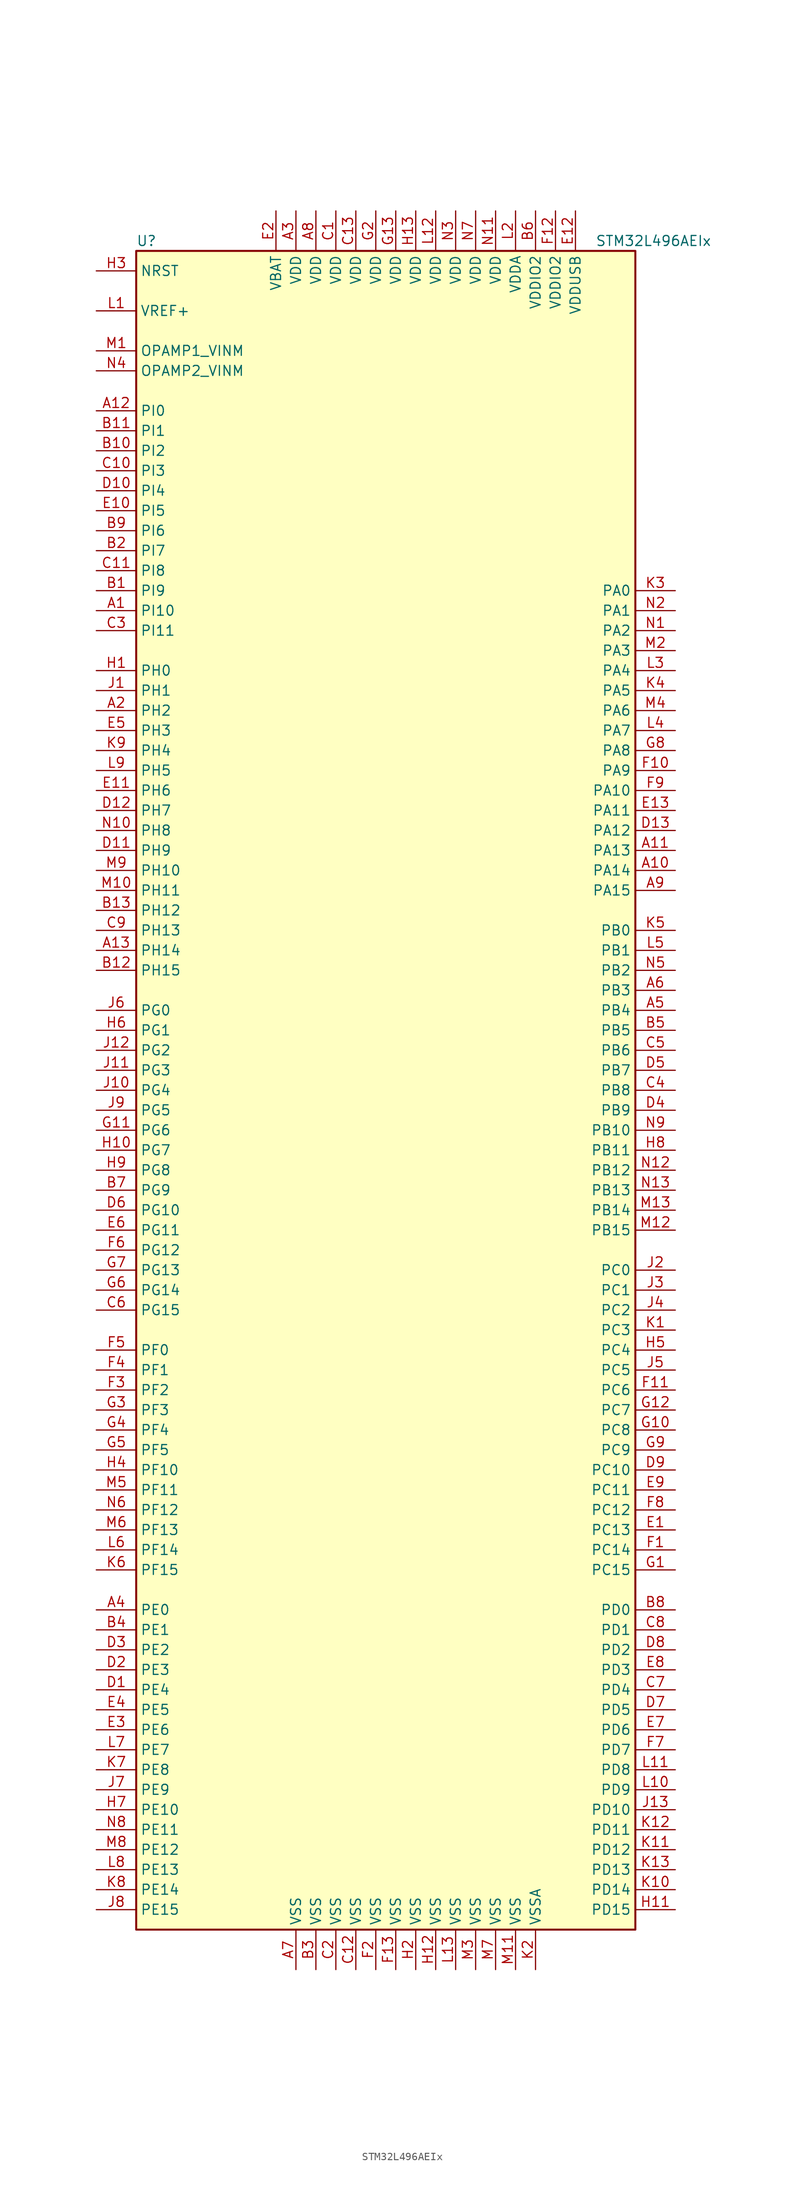
<source format=kicad_sym>
(kicad_symbol_lib
  (version 20220914)
  (generator kicad_symbol_editor)
  (symbol "STM32L496AEIx"
    (property "Reference" "U"
      (at -33.02 107.95 0)
      (effects (font (size 1.27 1.27)) (justify left)))
    (property "Value" "STM32L496AEIx"
      (at 25.4 107.95 0)
      (effects (font (size 1.27 1.27)) (justify left)))
    (symbol "STM32L496AEIx_0_1"
      (rectangle (start -33.02 -106.68) (end 30.48 106.68) (stroke (width 0.254) (type default)) (fill (type background))))
    (symbol "STM32L496AEIx_1_1"
      (pin bidirectional line (at -38.1 60.96 0) (length 5.08) (name "PI10" (effects (font (size 1.27 1.27)))) (number "A1" (effects (font (size 1.27 1.27)))))
      (pin bidirectional line (at 35.56 27.94 180) (length 5.08) (name "PA14" (effects (font (size 1.27 1.27)))) (number "A10" (effects (font (size 1.27 1.27)))))
      (pin bidirectional line (at 35.56 30.48 180) (length 5.08) (name "PA13" (effects (font (size 1.27 1.27)))) (number "A11" (effects (font (size 1.27 1.27)))))
      (pin bidirectional line (at -38.1 86.36 0) (length 5.08) (name "PI0" (effects (font (size 1.27 1.27)))) (number "A12" (effects (font (size 1.27 1.27)))))
      (pin bidirectional line (at -38.1 17.78 0) (length 5.08) (name "PH14" (effects (font (size 1.27 1.27)))) (number "A13" (effects (font (size 1.27 1.27)))))
      (pin bidirectional line (at -38.1 48.26 0) (length 5.08) (name "PH2" (effects (font (size 1.27 1.27)))) (number "A2" (effects (font (size 1.27 1.27)))))
      (pin power_in line (at -12.7 111.76 270) (length 5.08) (name "VDD" (effects (font (size 1.27 1.27)))) (number "A3" (effects (font (size 1.27 1.27)))))
      (pin bidirectional line (at -38.1 -66.04 0) (length 5.08) (name "PE0" (effects (font (size 1.27 1.27)))) (number "A4" (effects (font (size 1.27 1.27)))))
      (pin bidirectional line (at 35.56 10.16 180) (length 5.08) (name "PB4" (effects (font (size 1.27 1.27)))) (number "A5" (effects (font (size 1.27 1.27)))))
      (pin bidirectional line (at 35.56 12.7 180) (length 5.08) (name "PB3" (effects (font (size 1.27 1.27)))) (number "A6" (effects (font (size 1.27 1.27)))))
      (pin power_in line (at -12.7 -111.76 90) (length 5.08) (name "VSS" (effects (font (size 1.27 1.27)))) (number "A7" (effects (font (size 1.27 1.27)))))
      (pin power_in line (at -10.16 111.76 270) (length 5.08) (name "VDD" (effects (font (size 1.27 1.27)))) (number "A8" (effects (font (size 1.27 1.27)))))
      (pin bidirectional line (at 35.56 25.4 180) (length 5.08) (name "PA15" (effects (font (size 1.27 1.27)))) (number "A9" (effects (font (size 1.27 1.27)))))
      (pin bidirectional line (at -38.1 63.5 0) (length 5.08) (name "PI9" (effects (font (size 1.27 1.27)))) (number "B1" (effects (font (size 1.27 1.27)))))
      (pin bidirectional line (at -38.1 81.28 0) (length 5.08) (name "PI2" (effects (font (size 1.27 1.27)))) (number "B10" (effects (font (size 1.27 1.27)))))
      (pin bidirectional line (at -38.1 83.82 0) (length 5.08) (name "PI1" (effects (font (size 1.27 1.27)))) (number "B11" (effects (font (size 1.27 1.27)))))
      (pin bidirectional line (at -38.1 15.24 0) (length 5.08) (name "PH15" (effects (font (size 1.27 1.27)))) (number "B12" (effects (font (size 1.27 1.27)))))
      (pin bidirectional line (at -38.1 22.86 0) (length 5.08) (name "PH12" (effects (font (size 1.27 1.27)))) (number "B13" (effects (font (size 1.27 1.27)))))
      (pin bidirectional line (at -38.1 68.58 0) (length 5.08) (name "PI7" (effects (font (size 1.27 1.27)))) (number "B2" (effects (font (size 1.27 1.27)))))
      (pin power_in line (at -10.16 -111.76 90) (length 5.08) (name "VSS" (effects (font (size 1.27 1.27)))) (number "B3" (effects (font (size 1.27 1.27)))))
      (pin bidirectional line (at -38.1 -68.58 0) (length 5.08) (name "PE1" (effects (font (size 1.27 1.27)))) (number "B4" (effects (font (size 1.27 1.27)))))
      (pin bidirectional line (at 35.56 7.62 180) (length 5.08) (name "PB5" (effects (font (size 1.27 1.27)))) (number "B5" (effects (font (size 1.27 1.27)))))
      (pin power_in line (at 17.78 111.76 270) (length 5.08) (name "VDDIO2" (effects (font (size 1.27 1.27)))) (number "B6" (effects (font (size 1.27 1.27)))))
      (pin bidirectional line (at -38.1 -12.7 0) (length 5.08) (name "PG9" (effects (font (size 1.27 1.27)))) (number "B7" (effects (font (size 1.27 1.27)))))
      (pin bidirectional line (at 35.56 -66.04 180) (length 5.08) (name "PD0" (effects (font (size 1.27 1.27)))) (number "B8" (effects (font (size 1.27 1.27)))))
      (pin bidirectional line (at -38.1 71.12 0) (length 5.08) (name "PI6" (effects (font (size 1.27 1.27)))) (number "B9" (effects (font (size 1.27 1.27)))))
      (pin power_in line (at -7.62 111.76 270) (length 5.08) (name "VDD" (effects (font (size 1.27 1.27)))) (number "C1" (effects (font (size 1.27 1.27)))))
      (pin bidirectional line (at -38.1 78.74 0) (length 5.08) (name "PI3" (effects (font (size 1.27 1.27)))) (number "C10" (effects (font (size 1.27 1.27)))))
      (pin bidirectional line (at -38.1 66.04 0) (length 5.08) (name "PI8" (effects (font (size 1.27 1.27)))) (number "C11" (effects (font (size 1.27 1.27)))))
      (pin power_in line (at -5.08 -111.76 90) (length 5.08) (name "VSS" (effects (font (size 1.27 1.27)))) (number "C12" (effects (font (size 1.27 1.27)))))
      (pin power_in line (at -5.08 111.76 270) (length 5.08) (name "VDD" (effects (font (size 1.27 1.27)))) (number "C13" (effects (font (size 1.27 1.27)))))
      (pin power_in line (at -7.62 -111.76 90) (length 5.08) (name "VSS" (effects (font (size 1.27 1.27)))) (number "C2" (effects (font (size 1.27 1.27)))))
      (pin bidirectional line (at -38.1 58.42 0) (length 5.08) (name "PI11" (effects (font (size 1.27 1.27)))) (number "C3" (effects (font (size 1.27 1.27)))))
      (pin bidirectional line (at 35.56 0 180) (length 5.08) (name "PB8" (effects (font (size 1.27 1.27)))) (number "C4" (effects (font (size 1.27 1.27)))))
      (pin bidirectional line (at 35.56 5.08 180) (length 5.08) (name "PB6" (effects (font (size 1.27 1.27)))) (number "C5" (effects (font (size 1.27 1.27)))))
      (pin bidirectional line (at -38.1 -27.94 0) (length 5.08) (name "PG15" (effects (font (size 1.27 1.27)))) (number "C6" (effects (font (size 1.27 1.27)))))
      (pin bidirectional line (at 35.56 -76.2 180) (length 5.08) (name "PD4" (effects (font (size 1.27 1.27)))) (number "C7" (effects (font (size 1.27 1.27)))))
      (pin bidirectional line (at 35.56 -68.58 180) (length 5.08) (name "PD1" (effects (font (size 1.27 1.27)))) (number "C8" (effects (font (size 1.27 1.27)))))
      (pin bidirectional line (at -38.1 20.32 0) (length 5.08) (name "PH13" (effects (font (size 1.27 1.27)))) (number "C9" (effects (font (size 1.27 1.27)))))
      (pin bidirectional line (at -38.1 -76.2 0) (length 5.08) (name "PE4" (effects (font (size 1.27 1.27)))) (number "D1" (effects (font (size 1.27 1.27)))))
      (pin bidirectional line (at -38.1 76.2 0) (length 5.08) (name "PI4" (effects (font (size 1.27 1.27)))) (number "D10" (effects (font (size 1.27 1.27)))))
      (pin bidirectional line (at -38.1 30.48 0) (length 5.08) (name "PH9" (effects (font (size 1.27 1.27)))) (number "D11" (effects (font (size 1.27 1.27)))))
      (pin bidirectional line (at -38.1 35.56 0) (length 5.08) (name "PH7" (effects (font (size 1.27 1.27)))) (number "D12" (effects (font (size 1.27 1.27)))))
      (pin bidirectional line (at 35.56 33.02 180) (length 5.08) (name "PA12" (effects (font (size 1.27 1.27)))) (number "D13" (effects (font (size 1.27 1.27)))))
      (pin bidirectional line (at -38.1 -73.66 0) (length 5.08) (name "PE3" (effects (font (size 1.27 1.27)))) (number "D2" (effects (font (size 1.27 1.27)))))
      (pin bidirectional line (at -38.1 -71.12 0) (length 5.08) (name "PE2" (effects (font (size 1.27 1.27)))) (number "D3" (effects (font (size 1.27 1.27)))))
      (pin bidirectional line (at 35.56 -2.54 180) (length 5.08) (name "PB9" (effects (font (size 1.27 1.27)))) (number "D4" (effects (font (size 1.27 1.27)))))
      (pin bidirectional line (at 35.56 2.54 180) (length 5.08) (name "PB7" (effects (font (size 1.27 1.27)))) (number "D5" (effects (font (size 1.27 1.27)))))
      (pin bidirectional line (at -38.1 -15.24 0) (length 5.08) (name "PG10" (effects (font (size 1.27 1.27)))) (number "D6" (effects (font (size 1.27 1.27)))))
      (pin bidirectional line (at 35.56 -78.74 180) (length 5.08) (name "PD5" (effects (font (size 1.27 1.27)))) (number "D7" (effects (font (size 1.27 1.27)))))
      (pin bidirectional line (at 35.56 -71.12 180) (length 5.08) (name "PD2" (effects (font (size 1.27 1.27)))) (number "D8" (effects (font (size 1.27 1.27)))))
      (pin bidirectional line (at 35.56 -48.26 180) (length 5.08) (name "PC10" (effects (font (size 1.27 1.27)))) (number "D9" (effects (font (size 1.27 1.27)))))
      (pin bidirectional line (at 35.56 -55.88 180) (length 5.08) (name "PC13" (effects (font (size 1.27 1.27)))) (number "E1" (effects (font (size 1.27 1.27)))))
      (pin bidirectional line (at -38.1 73.66 0) (length 5.08) (name "PI5" (effects (font (size 1.27 1.27)))) (number "E10" (effects (font (size 1.27 1.27)))))
      (pin bidirectional line (at -38.1 38.1 0) (length 5.08) (name "PH6" (effects (font (size 1.27 1.27)))) (number "E11" (effects (font (size 1.27 1.27)))))
      (pin power_in line (at 22.86 111.76 270) (length 5.08) (name "VDDUSB" (effects (font (size 1.27 1.27)))) (number "E12" (effects (font (size 1.27 1.27)))))
      (pin bidirectional line (at 35.56 35.56 180) (length 5.08) (name "PA11" (effects (font (size 1.27 1.27)))) (number "E13" (effects (font (size 1.27 1.27)))))
      (pin power_in line (at -15.24 111.76 270) (length 5.08) (name "VBAT" (effects (font (size 1.27 1.27)))) (number "E2" (effects (font (size 1.27 1.27)))))
      (pin bidirectional line (at -38.1 -81.28 0) (length 5.08) (name "PE6" (effects (font (size 1.27 1.27)))) (number "E3" (effects (font (size 1.27 1.27)))))
      (pin bidirectional line (at -38.1 -78.74 0) (length 5.08) (name "PE5" (effects (font (size 1.27 1.27)))) (number "E4" (effects (font (size 1.27 1.27)))))
      (pin bidirectional line (at -38.1 45.72 0) (length 5.08) (name "PH3" (effects (font (size 1.27 1.27)))) (number "E5" (effects (font (size 1.27 1.27)))))
      (pin bidirectional line (at -38.1 -17.78 0) (length 5.08) (name "PG11" (effects (font (size 1.27 1.27)))) (number "E6" (effects (font (size 1.27 1.27)))))
      (pin bidirectional line (at 35.56 -81.28 180) (length 5.08) (name "PD6" (effects (font (size 1.27 1.27)))) (number "E7" (effects (font (size 1.27 1.27)))))
      (pin bidirectional line (at 35.56 -73.66 180) (length 5.08) (name "PD3" (effects (font (size 1.27 1.27)))) (number "E8" (effects (font (size 1.27 1.27)))))
      (pin bidirectional line (at 35.56 -50.8 180) (length 5.08) (name "PC11" (effects (font (size 1.27 1.27)))) (number "E9" (effects (font (size 1.27 1.27)))))
      (pin bidirectional line (at 35.56 -58.42 180) (length 5.08) (name "PC14" (effects (font (size 1.27 1.27)))) (number "F1" (effects (font (size 1.27 1.27)))))
      (pin bidirectional line (at 35.56 40.64 180) (length 5.08) (name "PA9" (effects (font (size 1.27 1.27)))) (number "F10" (effects (font (size 1.27 1.27)))))
      (pin bidirectional line (at 35.56 -38.1 180) (length 5.08) (name "PC6" (effects (font (size 1.27 1.27)))) (number "F11" (effects (font (size 1.27 1.27)))))
      (pin power_in line (at 20.32 111.76 270) (length 5.08) (name "VDDIO2" (effects (font (size 1.27 1.27)))) (number "F12" (effects (font (size 1.27 1.27)))))
      (pin power_in line (at 0 -111.76 90) (length 5.08) (name "VSS" (effects (font (size 1.27 1.27)))) (number "F13" (effects (font (size 1.27 1.27)))))
      (pin power_in line (at -2.54 -111.76 90) (length 5.08) (name "VSS" (effects (font (size 1.27 1.27)))) (number "F2" (effects (font (size 1.27 1.27)))))
      (pin bidirectional line (at -38.1 -38.1 0) (length 5.08) (name "PF2" (effects (font (size 1.27 1.27)))) (number "F3" (effects (font (size 1.27 1.27)))))
      (pin bidirectional line (at -38.1 -35.56 0) (length 5.08) (name "PF1" (effects (font (size 1.27 1.27)))) (number "F4" (effects (font (size 1.27 1.27)))))
      (pin bidirectional line (at -38.1 -33.02 0) (length 5.08) (name "PF0" (effects (font (size 1.27 1.27)))) (number "F5" (effects (font (size 1.27 1.27)))))
      (pin bidirectional line (at -38.1 -20.32 0) (length 5.08) (name "PG12" (effects (font (size 1.27 1.27)))) (number "F6" (effects (font (size 1.27 1.27)))))
      (pin bidirectional line (at 35.56 -83.82 180) (length 5.08) (name "PD7" (effects (font (size 1.27 1.27)))) (number "F7" (effects (font (size 1.27 1.27)))))
      (pin bidirectional line (at 35.56 -53.34 180) (length 5.08) (name "PC12" (effects (font (size 1.27 1.27)))) (number "F8" (effects (font (size 1.27 1.27)))))
      (pin bidirectional line (at 35.56 38.1 180) (length 5.08) (name "PA10" (effects (font (size 1.27 1.27)))) (number "F9" (effects (font (size 1.27 1.27)))))
      (pin bidirectional line (at 35.56 -60.96 180) (length 5.08) (name "PC15" (effects (font (size 1.27 1.27)))) (number "G1" (effects (font (size 1.27 1.27)))))
      (pin bidirectional line (at 35.56 -43.18 180) (length 5.08) (name "PC8" (effects (font (size 1.27 1.27)))) (number "G10" (effects (font (size 1.27 1.27)))))
      (pin bidirectional line (at -38.1 -5.08 0) (length 5.08) (name "PG6" (effects (font (size 1.27 1.27)))) (number "G11" (effects (font (size 1.27 1.27)))))
      (pin bidirectional line (at 35.56 -40.64 180) (length 5.08) (name "PC7" (effects (font (size 1.27 1.27)))) (number "G12" (effects (font (size 1.27 1.27)))))
      (pin power_in line (at 0 111.76 270) (length 5.08) (name "VDD" (effects (font (size 1.27 1.27)))) (number "G13" (effects (font (size 1.27 1.27)))))
      (pin power_in line (at -2.54 111.76 270) (length 5.08) (name "VDD" (effects (font (size 1.27 1.27)))) (number "G2" (effects (font (size 1.27 1.27)))))
      (pin bidirectional line (at -38.1 -40.64 0) (length 5.08) (name "PF3" (effects (font (size 1.27 1.27)))) (number "G3" (effects (font (size 1.27 1.27)))))
      (pin bidirectional line (at -38.1 -43.18 0) (length 5.08) (name "PF4" (effects (font (size 1.27 1.27)))) (number "G4" (effects (font (size 1.27 1.27)))))
      (pin bidirectional line (at -38.1 -45.72 0) (length 5.08) (name "PF5" (effects (font (size 1.27 1.27)))) (number "G5" (effects (font (size 1.27 1.27)))))
      (pin bidirectional line (at -38.1 -25.4 0) (length 5.08) (name "PG14" (effects (font (size 1.27 1.27)))) (number "G6" (effects (font (size 1.27 1.27)))))
      (pin bidirectional line (at -38.1 -22.86 0) (length 5.08) (name "PG13" (effects (font (size 1.27 1.27)))) (number "G7" (effects (font (size 1.27 1.27)))))
      (pin bidirectional line (at 35.56 43.18 180) (length 5.08) (name "PA8" (effects (font (size 1.27 1.27)))) (number "G8" (effects (font (size 1.27 1.27)))))
      (pin bidirectional line (at 35.56 -45.72 180) (length 5.08) (name "PC9" (effects (font (size 1.27 1.27)))) (number "G9" (effects (font (size 1.27 1.27)))))
      (pin input line (at -38.1 53.34 0) (length 5.08) (name "PH0" (effects (font (size 1.27 1.27)))) (number "H1" (effects (font (size 1.27 1.27)))))
      (pin bidirectional line (at -38.1 -7.62 0) (length 5.08) (name "PG7" (effects (font (size 1.27 1.27)))) (number "H10" (effects (font (size 1.27 1.27)))))
      (pin bidirectional line (at 35.56 -104.14 180) (length 5.08) (name "PD15" (effects (font (size 1.27 1.27)))) (number "H11" (effects (font (size 1.27 1.27)))))
      (pin power_in line (at 5.08 -111.76 90) (length 5.08) (name "VSS" (effects (font (size 1.27 1.27)))) (number "H12" (effects (font (size 1.27 1.27)))))
      (pin power_in line (at 2.54 111.76 270) (length 5.08) (name "VDD" (effects (font (size 1.27 1.27)))) (number "H13" (effects (font (size 1.27 1.27)))))
      (pin power_in line (at 2.54 -111.76 90) (length 5.08) (name "VSS" (effects (font (size 1.27 1.27)))) (number "H2" (effects (font (size 1.27 1.27)))))
      (pin input line (at -38.1 104.14 0) (length 5.08) (name "NRST" (effects (font (size 1.27 1.27)))) (number "H3" (effects (font (size 1.27 1.27)))))
      (pin bidirectional line (at -38.1 -48.26 0) (length 5.08) (name "PF10" (effects (font (size 1.27 1.27)))) (number "H4" (effects (font (size 1.27 1.27)))))
      (pin bidirectional line (at 35.56 -33.02 180) (length 5.08) (name "PC4" (effects (font (size 1.27 1.27)))) (number "H5" (effects (font (size 1.27 1.27)))))
      (pin bidirectional line (at -38.1 7.62 0) (length 5.08) (name "PG1" (effects (font (size 1.27 1.27)))) (number "H6" (effects (font (size 1.27 1.27)))))
      (pin bidirectional line (at -38.1 -91.44 0) (length 5.08) (name "PE10" (effects (font (size 1.27 1.27)))) (number "H7" (effects (font (size 1.27 1.27)))))
      (pin bidirectional line (at 35.56 -7.62 180) (length 5.08) (name "PB11" (effects (font (size 1.27 1.27)))) (number "H8" (effects (font (size 1.27 1.27)))))
      (pin bidirectional line (at -38.1 -10.16 0) (length 5.08) (name "PG8" (effects (font (size 1.27 1.27)))) (number "H9" (effects (font (size 1.27 1.27)))))
      (pin input line (at -38.1 50.8 0) (length 5.08) (name "PH1" (effects (font (size 1.27 1.27)))) (number "J1" (effects (font (size 1.27 1.27)))))
      (pin bidirectional line (at -38.1 0 0) (length 5.08) (name "PG4" (effects (font (size 1.27 1.27)))) (number "J10" (effects (font (size 1.27 1.27)))))
      (pin bidirectional line (at -38.1 2.54 0) (length 5.08) (name "PG3" (effects (font (size 1.27 1.27)))) (number "J11" (effects (font (size 1.27 1.27)))))
      (pin bidirectional line (at -38.1 5.08 0) (length 5.08) (name "PG2" (effects (font (size 1.27 1.27)))) (number "J12" (effects (font (size 1.27 1.27)))))
      (pin bidirectional line (at 35.56 -91.44 180) (length 5.08) (name "PD10" (effects (font (size 1.27 1.27)))) (number "J13" (effects (font (size 1.27 1.27)))))
      (pin bidirectional line (at 35.56 -22.86 180) (length 5.08) (name "PC0" (effects (font (size 1.27 1.27)))) (number "J2" (effects (font (size 1.27 1.27)))))
      (pin bidirectional line (at 35.56 -25.4 180) (length 5.08) (name "PC1" (effects (font (size 1.27 1.27)))) (number "J3" (effects (font (size 1.27 1.27)))))
      (pin bidirectional line (at 35.56 -27.94 180) (length 5.08) (name "PC2" (effects (font (size 1.27 1.27)))) (number "J4" (effects (font (size 1.27 1.27)))))
      (pin bidirectional line (at 35.56 -35.56 180) (length 5.08) (name "PC5" (effects (font (size 1.27 1.27)))) (number "J5" (effects (font (size 1.27 1.27)))))
      (pin bidirectional line (at -38.1 10.16 0) (length 5.08) (name "PG0" (effects (font (size 1.27 1.27)))) (number "J6" (effects (font (size 1.27 1.27)))))
      (pin bidirectional line (at -38.1 -88.9 0) (length 5.08) (name "PE9" (effects (font (size 1.27 1.27)))) (number "J7" (effects (font (size 1.27 1.27)))))
      (pin bidirectional line (at -38.1 -104.14 0) (length 5.08) (name "PE15" (effects (font (size 1.27 1.27)))) (number "J8" (effects (font (size 1.27 1.27)))))
      (pin bidirectional line (at -38.1 -2.54 0) (length 5.08) (name "PG5" (effects (font (size 1.27 1.27)))) (number "J9" (effects (font (size 1.27 1.27)))))
      (pin bidirectional line (at 35.56 -30.48 180) (length 5.08) (name "PC3" (effects (font (size 1.27 1.27)))) (number "K1" (effects (font (size 1.27 1.27)))))
      (pin bidirectional line (at 35.56 -101.6 180) (length 5.08) (name "PD14" (effects (font (size 1.27 1.27)))) (number "K10" (effects (font (size 1.27 1.27)))))
      (pin bidirectional line (at 35.56 -96.52 180) (length 5.08) (name "PD12" (effects (font (size 1.27 1.27)))) (number "K11" (effects (font (size 1.27 1.27)))))
      (pin bidirectional line (at 35.56 -93.98 180) (length 5.08) (name "PD11" (effects (font (size 1.27 1.27)))) (number "K12" (effects (font (size 1.27 1.27)))))
      (pin bidirectional line (at 35.56 -99.06 180) (length 5.08) (name "PD13" (effects (font (size 1.27 1.27)))) (number "K13" (effects (font (size 1.27 1.27)))))
      (pin power_in line (at 17.78 -111.76 90) (length 5.08) (name "VSSA" (effects (font (size 1.27 1.27)))) (number "K2" (effects (font (size 1.27 1.27)))))
      (pin bidirectional line (at 35.56 63.5 180) (length 5.08) (name "PA0" (effects (font (size 1.27 1.27)))) (number "K3" (effects (font (size 1.27 1.27)))))
      (pin bidirectional line (at 35.56 50.8 180) (length 5.08) (name "PA5" (effects (font (size 1.27 1.27)))) (number "K4" (effects (font (size 1.27 1.27)))))
      (pin bidirectional line (at 35.56 20.32 180) (length 5.08) (name "PB0" (effects (font (size 1.27 1.27)))) (number "K5" (effects (font (size 1.27 1.27)))))
      (pin bidirectional line (at -38.1 -60.96 0) (length 5.08) (name "PF15" (effects (font (size 1.27 1.27)))) (number "K6" (effects (font (size 1.27 1.27)))))
      (pin bidirectional line (at -38.1 -86.36 0) (length 5.08) (name "PE8" (effects (font (size 1.27 1.27)))) (number "K7" (effects (font (size 1.27 1.27)))))
      (pin bidirectional line (at -38.1 -101.6 0) (length 5.08) (name "PE14" (effects (font (size 1.27 1.27)))) (number "K8" (effects (font (size 1.27 1.27)))))
      (pin bidirectional line (at -38.1 43.18 0) (length 5.08) (name "PH4" (effects (font (size 1.27 1.27)))) (number "K9" (effects (font (size 1.27 1.27)))))
      (pin bidirectional line (at -38.1 99.06 0) (length 5.08) (name "VREF+" (effects (font (size 1.27 1.27)))) (number "L1" (effects (font (size 1.27 1.27)))))
      (pin bidirectional line (at 35.56 -88.9 180) (length 5.08) (name "PD9" (effects (font (size 1.27 1.27)))) (number "L10" (effects (font (size 1.27 1.27)))))
      (pin bidirectional line (at 35.56 -86.36 180) (length 5.08) (name "PD8" (effects (font (size 1.27 1.27)))) (number "L11" (effects (font (size 1.27 1.27)))))
      (pin power_in line (at 5.08 111.76 270) (length 5.08) (name "VDD" (effects (font (size 1.27 1.27)))) (number "L12" (effects (font (size 1.27 1.27)))))
      (pin power_in line (at 7.62 -111.76 90) (length 5.08) (name "VSS" (effects (font (size 1.27 1.27)))) (number "L13" (effects (font (size 1.27 1.27)))))
      (pin power_in line (at 15.24 111.76 270) (length 5.08) (name "VDDA" (effects (font (size 1.27 1.27)))) (number "L2" (effects (font (size 1.27 1.27)))))
      (pin bidirectional line (at 35.56 53.34 180) (length 5.08) (name "PA4" (effects (font (size 1.27 1.27)))) (number "L3" (effects (font (size 1.27 1.27)))))
      (pin bidirectional line (at 35.56 45.72 180) (length 5.08) (name "PA7" (effects (font (size 1.27 1.27)))) (number "L4" (effects (font (size 1.27 1.27)))))
      (pin bidirectional line (at 35.56 17.78 180) (length 5.08) (name "PB1" (effects (font (size 1.27 1.27)))) (number "L5" (effects (font (size 1.27 1.27)))))
      (pin bidirectional line (at -38.1 -58.42 0) (length 5.08) (name "PF14" (effects (font (size 1.27 1.27)))) (number "L6" (effects (font (size 1.27 1.27)))))
      (pin bidirectional line (at -38.1 -83.82 0) (length 5.08) (name "PE7" (effects (font (size 1.27 1.27)))) (number "L7" (effects (font (size 1.27 1.27)))))
      (pin bidirectional line (at -38.1 -99.06 0) (length 5.08) (name "PE13" (effects (font (size 1.27 1.27)))) (number "L8" (effects (font (size 1.27 1.27)))))
      (pin bidirectional line (at -38.1 40.64 0) (length 5.08) (name "PH5" (effects (font (size 1.27 1.27)))) (number "L9" (effects (font (size 1.27 1.27)))))
      (pin bidirectional line (at -38.1 93.98 0) (length 5.08) (name "OPAMP1_VINM" (effects (font (size 1.27 1.27)))) (number "M1" (effects (font (size 1.27 1.27)))))
      (pin bidirectional line (at -38.1 25.4 0) (length 5.08) (name "PH11" (effects (font (size 1.27 1.27)))) (number "M10" (effects (font (size 1.27 1.27)))))
      (pin power_in line (at 15.24 -111.76 90) (length 5.08) (name "VSS" (effects (font (size 1.27 1.27)))) (number "M11" (effects (font (size 1.27 1.27)))))
      (pin bidirectional line (at 35.56 -17.78 180) (length 5.08) (name "PB15" (effects (font (size 1.27 1.27)))) (number "M12" (effects (font (size 1.27 1.27)))))
      (pin bidirectional line (at 35.56 -15.24 180) (length 5.08) (name "PB14" (effects (font (size 1.27 1.27)))) (number "M13" (effects (font (size 1.27 1.27)))))
      (pin bidirectional line (at 35.56 55.88 180) (length 5.08) (name "PA3" (effects (font (size 1.27 1.27)))) (number "M2" (effects (font (size 1.27 1.27)))))
      (pin power_in line (at 10.16 -111.76 90) (length 5.08) (name "VSS" (effects (font (size 1.27 1.27)))) (number "M3" (effects (font (size 1.27 1.27)))))
      (pin bidirectional line (at 35.56 48.26 180) (length 5.08) (name "PA6" (effects (font (size 1.27 1.27)))) (number "M4" (effects (font (size 1.27 1.27)))))
      (pin bidirectional line (at -38.1 -50.8 0) (length 5.08) (name "PF11" (effects (font (size 1.27 1.27)))) (number "M5" (effects (font (size 1.27 1.27)))))
      (pin bidirectional line (at -38.1 -55.88 0) (length 5.08) (name "PF13" (effects (font (size 1.27 1.27)))) (number "M6" (effects (font (size 1.27 1.27)))))
      (pin power_in line (at 12.7 -111.76 90) (length 5.08) (name "VSS" (effects (font (size 1.27 1.27)))) (number "M7" (effects (font (size 1.27 1.27)))))
      (pin bidirectional line (at -38.1 -96.52 0) (length 5.08) (name "PE12" (effects (font (size 1.27 1.27)))) (number "M8" (effects (font (size 1.27 1.27)))))
      (pin bidirectional line (at -38.1 27.94 0) (length 5.08) (name "PH10" (effects (font (size 1.27 1.27)))) (number "M9" (effects (font (size 1.27 1.27)))))
      (pin bidirectional line (at 35.56 58.42 180) (length 5.08) (name "PA2" (effects (font (size 1.27 1.27)))) (number "N1" (effects (font (size 1.27 1.27)))))
      (pin bidirectional line (at -38.1 33.02 0) (length 5.08) (name "PH8" (effects (font (size 1.27 1.27)))) (number "N10" (effects (font (size 1.27 1.27)))))
      (pin power_in line (at 12.7 111.76 270) (length 5.08) (name "VDD" (effects (font (size 1.27 1.27)))) (number "N11" (effects (font (size 1.27 1.27)))))
      (pin bidirectional line (at 35.56 -10.16 180) (length 5.08) (name "PB12" (effects (font (size 1.27 1.27)))) (number "N12" (effects (font (size 1.27 1.27)))))
      (pin bidirectional line (at 35.56 -12.7 180) (length 5.08) (name "PB13" (effects (font (size 1.27 1.27)))) (number "N13" (effects (font (size 1.27 1.27)))))
      (pin bidirectional line (at 35.56 60.96 180) (length 5.08) (name "PA1" (effects (font (size 1.27 1.27)))) (number "N2" (effects (font (size 1.27 1.27)))))
      (pin power_in line (at 7.62 111.76 270) (length 5.08) (name "VDD" (effects (font (size 1.27 1.27)))) (number "N3" (effects (font (size 1.27 1.27)))))
      (pin bidirectional line (at -38.1 91.44 0) (length 5.08) (name "OPAMP2_VINM" (effects (font (size 1.27 1.27)))) (number "N4" (effects (font (size 1.27 1.27)))))
      (pin bidirectional line (at 35.56 15.24 180) (length 5.08) (name "PB2" (effects (font (size 1.27 1.27)))) (number "N5" (effects (font (size 1.27 1.27)))))
      (pin bidirectional line (at -38.1 -53.34 0) (length 5.08) (name "PF12" (effects (font (size 1.27 1.27)))) (number "N6" (effects (font (size 1.27 1.27)))))
      (pin power_in line (at 10.16 111.76 270) (length 5.08) (name "VDD" (effects (font (size 1.27 1.27)))) (number "N7" (effects (font (size 1.27 1.27)))))
      (pin bidirectional line (at -38.1 -93.98 0) (length 5.08) (name "PE11" (effects (font (size 1.27 1.27)))) (number "N8" (effects (font (size 1.27 1.27)))))
      (pin bidirectional line (at 35.56 -5.08 180) (length 5.08) (name "PB10" (effects (font (size 1.27 1.27)))) (number "N9" (effects (font (size 1.27 1.27))))))))
</source>
